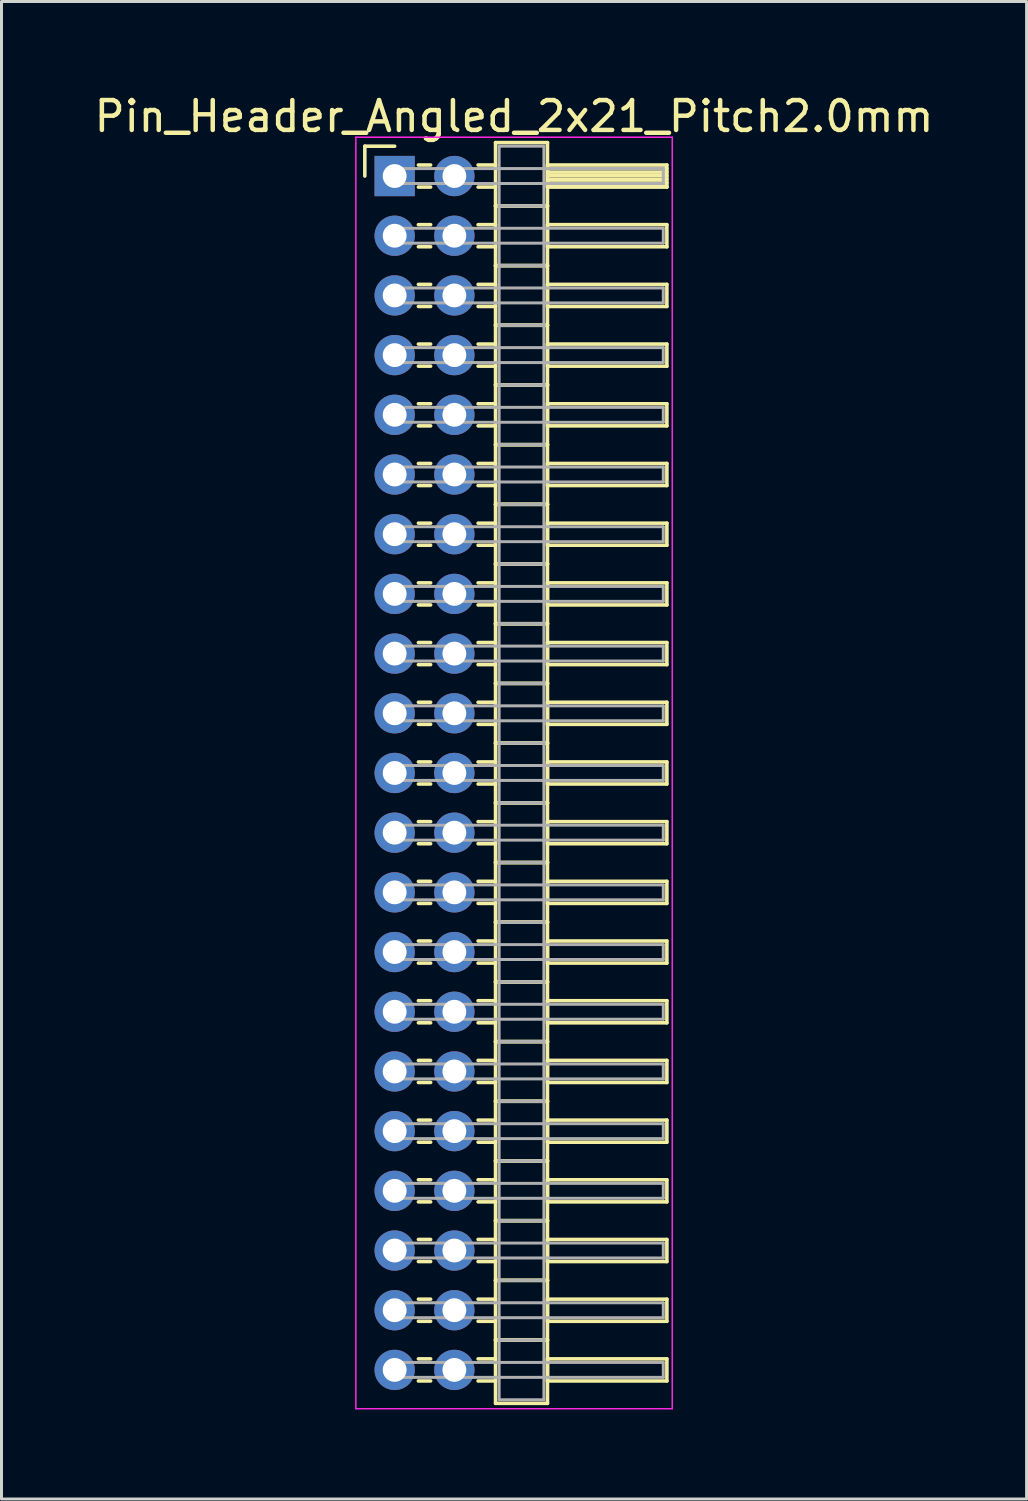
<source format=kicad_pcb>
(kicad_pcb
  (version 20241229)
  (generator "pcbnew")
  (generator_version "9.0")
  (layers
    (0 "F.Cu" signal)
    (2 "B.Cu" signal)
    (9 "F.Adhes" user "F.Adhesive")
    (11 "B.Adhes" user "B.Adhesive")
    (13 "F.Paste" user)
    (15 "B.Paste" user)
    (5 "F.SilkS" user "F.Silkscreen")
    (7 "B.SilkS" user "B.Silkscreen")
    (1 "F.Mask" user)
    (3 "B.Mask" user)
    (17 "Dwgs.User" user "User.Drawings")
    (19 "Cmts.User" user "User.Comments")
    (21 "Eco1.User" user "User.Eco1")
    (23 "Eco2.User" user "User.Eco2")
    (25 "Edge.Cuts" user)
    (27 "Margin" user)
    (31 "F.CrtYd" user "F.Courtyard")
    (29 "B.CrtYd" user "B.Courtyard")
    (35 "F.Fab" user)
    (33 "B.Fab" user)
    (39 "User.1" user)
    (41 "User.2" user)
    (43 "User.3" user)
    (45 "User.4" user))
  (footprint "Pin_Header_Angled_2x21_Pitch2.0mm"
    (layer "F.Cu")
    (at 10.173 2.848)
    (property "Reference" "Pin_Header_Angled_2x21_Pitch2.0mm" (at 4 -2 0) (layer "F.SilkS") (effects (font (size 1 1) (thickness 0.15))))
    (attr through_hole)
    (fp_line (start -1 -1) (end 0 -1) (stroke (width 0.12) (type solid)) (layer "F.SilkS"))
    (fp_line (start -1 0) (end -1 -1) (stroke (width 0.12) (type solid)) (layer "F.SilkS"))
    (fp_line (start 0.795 -0.37) (end 1.205 -0.37) (stroke (width 0.12) (type solid)) (layer "F.SilkS"))
    (fp_line (start 0.795 0.37) (end 1.205 0.37) (stroke (width 0.12) (type solid)) (layer "F.SilkS"))
    (fp_line (start 0.795 1.63) (end 1.205 1.63) (stroke (width 0.12) (type solid)) (layer "F.SilkS"))
    (fp_line (start 0.795 2.37) (end 1.205 2.37) (stroke (width 0.12) (type solid)) (layer "F.SilkS"))
    (fp_line (start 0.795 3.63) (end 1.205 3.63) (stroke (width 0.12) (type solid)) (layer "F.SilkS"))
    (fp_line (start 0.795 4.37) (end 1.205 4.37) (stroke (width 0.12) (type solid)) (layer "F.SilkS"))
    (fp_line (start 0.795 5.63) (end 1.205 5.63) (stroke (width 0.12) (type solid)) (layer "F.SilkS"))
    (fp_line (start 0.795 6.37) (end 1.205 6.37) (stroke (width 0.12) (type solid)) (layer "F.SilkS"))
    (fp_line (start 0.795 7.63) (end 1.205 7.63) (stroke (width 0.12) (type solid)) (layer "F.SilkS"))
    (fp_line (start 0.795 8.37) (end 1.205 8.37) (stroke (width 0.12) (type solid)) (layer "F.SilkS"))
    (fp_line (start 0.795 9.63) (end 1.205 9.63) (stroke (width 0.12) (type solid)) (layer "F.SilkS"))
    (fp_line (start 0.795 10.37) (end 1.205 10.37) (stroke (width 0.12) (type solid)) (layer "F.SilkS"))
    (fp_line (start 0.795 11.63) (end 1.205 11.63) (stroke (width 0.12) (type solid)) (layer "F.SilkS"))
    (fp_line (start 0.795 12.37) (end 1.205 12.37) (stroke (width 0.12) (type solid)) (layer "F.SilkS"))
    (fp_line (start 0.795 13.63) (end 1.205 13.63) (stroke (width 0.12) (type solid)) (layer "F.SilkS"))
    (fp_line (start 0.795 14.37) (end 1.205 14.37) (stroke (width 0.12) (type solid)) (layer "F.SilkS"))
    (fp_line (start 0.795 15.63) (end 1.205 15.63) (stroke (width 0.12) (type solid)) (layer "F.SilkS"))
    (fp_line (start 0.795 16.37) (end 1.205 16.37) (stroke (width 0.12) (type solid)) (layer "F.SilkS"))
    (fp_line (start 0.795 17.63) (end 1.205 17.63) (stroke (width 0.12) (type solid)) (layer "F.SilkS"))
    (fp_line (start 0.795 18.37) (end 1.205 18.37) (stroke (width 0.12) (type solid)) (layer "F.SilkS"))
    (fp_line (start 0.795 19.63) (end 1.205 19.63) (stroke (width 0.12) (type solid)) (layer "F.SilkS"))
    (fp_line (start 0.795 20.37) (end 1.205 20.37) (stroke (width 0.12) (type solid)) (layer "F.SilkS"))
    (fp_line (start 0.795 21.63) (end 1.205 21.63) (stroke (width 0.12) (type solid)) (layer "F.SilkS"))
    (fp_line (start 0.795 22.37) (end 1.205 22.37) (stroke (width 0.12) (type solid)) (layer "F.SilkS"))
    (fp_line (start 0.795 23.63) (end 1.205 23.63) (stroke (width 0.12) (type solid)) (layer "F.SilkS"))
    (fp_line (start 0.795 24.37) (end 1.205 24.37) (stroke (width 0.12) (type solid)) (layer "F.SilkS"))
    (fp_line (start 0.795 25.63) (end 1.205 25.63) (stroke (width 0.12) (type solid)) (layer "F.SilkS"))
    (fp_line (start 0.795 26.37) (end 1.205 26.37) (stroke (width 0.12) (type solid)) (layer "F.SilkS"))
    (fp_line (start 0.795 27.63) (end 1.205 27.63) (stroke (width 0.12) (type solid)) (layer "F.SilkS"))
    (fp_line (start 0.795 28.37) (end 1.205 28.37) (stroke (width 0.12) (type solid)) (layer "F.SilkS"))
    (fp_line (start 0.795 29.63) (end 1.205 29.63) (stroke (width 0.12) (type solid)) (layer "F.SilkS"))
    (fp_line (start 0.795 30.37) (end 1.205 30.37) (stroke (width 0.12) (type solid)) (layer "F.SilkS"))
    (fp_line (start 0.795 31.63) (end 1.205 31.63) (stroke (width 0.12) (type solid)) (layer "F.SilkS"))
    (fp_line (start 0.795 32.37) (end 1.205 32.37) (stroke (width 0.12) (type solid)) (layer "F.SilkS"))
    (fp_line (start 0.795 33.63) (end 1.205 33.63) (stroke (width 0.12) (type solid)) (layer "F.SilkS"))
    (fp_line (start 0.795 34.37) (end 1.205 34.37) (stroke (width 0.12) (type solid)) (layer "F.SilkS"))
    (fp_line (start 0.795 35.63) (end 1.205 35.63) (stroke (width 0.12) (type solid)) (layer "F.SilkS"))
    (fp_line (start 0.795 36.37) (end 1.205 36.37) (stroke (width 0.12) (type solid)) (layer "F.SilkS"))
    (fp_line (start 0.795 37.63) (end 1.205 37.63) (stroke (width 0.12) (type solid)) (layer "F.SilkS"))
    (fp_line (start 0.795 38.37) (end 1.205 38.37) (stroke (width 0.12) (type solid)) (layer "F.SilkS"))
    (fp_line (start 0.795 39.63) (end 1.205 39.63) (stroke (width 0.12) (type solid)) (layer "F.SilkS"))
    (fp_line (start 0.795 40.37) (end 1.205 40.37) (stroke (width 0.12) (type solid)) (layer "F.SilkS"))
    (fp_line (start 2.795 -0.37) (end 3.38 -0.37) (stroke (width 0.12) (type solid)) (layer "F.SilkS"))
    (fp_line (start 2.795 0.37) (end 3.38 0.37) (stroke (width 0.12) (type solid)) (layer "F.SilkS"))
    (fp_line (start 2.795 1.63) (end 3.38 1.63) (stroke (width 0.12) (type solid)) (layer "F.SilkS"))
    (fp_line (start 2.795 2.37) (end 3.38 2.37) (stroke (width 0.12) (type solid)) (layer "F.SilkS"))
    (fp_line (start 2.795 3.63) (end 3.38 3.63) (stroke (width 0.12) (type solid)) (layer "F.SilkS"))
    (fp_line (start 2.795 4.37) (end 3.38 4.37) (stroke (width 0.12) (type solid)) (layer "F.SilkS"))
    (fp_line (start 2.795 5.63) (end 3.38 5.63) (stroke (width 0.12) (type solid)) (layer "F.SilkS"))
    (fp_line (start 2.795 6.37) (end 3.38 6.37) (stroke (width 0.12) (type solid)) (layer "F.SilkS"))
    (fp_line (start 2.795 7.63) (end 3.38 7.63) (stroke (width 0.12) (type solid)) (layer "F.SilkS"))
    (fp_line (start 2.795 8.37) (end 3.38 8.37) (stroke (width 0.12) (type solid)) (layer "F.SilkS"))
    (fp_line (start 2.795 9.63) (end 3.38 9.63) (stroke (width 0.12) (type solid)) (layer "F.SilkS"))
    (fp_line (start 2.795 10.37) (end 3.38 10.37) (stroke (width 0.12) (type solid)) (layer "F.SilkS"))
    (fp_line (start 2.795 11.63) (end 3.38 11.63) (stroke (width 0.12) (type solid)) (layer "F.SilkS"))
    (fp_line (start 2.795 12.37) (end 3.38 12.37) (stroke (width 0.12) (type solid)) (layer "F.SilkS"))
    (fp_line (start 2.795 13.63) (end 3.38 13.63) (stroke (width 0.12) (type solid)) (layer "F.SilkS"))
    (fp_line (start 2.795 14.37) (end 3.38 14.37) (stroke (width 0.12) (type solid)) (layer "F.SilkS"))
    (fp_line (start 2.795 15.63) (end 3.38 15.63) (stroke (width 0.12) (type solid)) (layer "F.SilkS"))
    (fp_line (start 2.795 16.37) (end 3.38 16.37) (stroke (width 0.12) (type solid)) (layer "F.SilkS"))
    (fp_line (start 2.795 17.63) (end 3.38 17.63) (stroke (width 0.12) (type solid)) (layer "F.SilkS"))
    (fp_line (start 2.795 18.37) (end 3.38 18.37) (stroke (width 0.12) (type solid)) (layer "F.SilkS"))
    (fp_line (start 2.795 19.63) (end 3.38 19.63) (stroke (width 0.12) (type solid)) (layer "F.SilkS"))
    (fp_line (start 2.795 20.37) (end 3.38 20.37) (stroke (width 0.12) (type solid)) (layer "F.SilkS"))
    (fp_line (start 2.795 21.63) (end 3.38 21.63) (stroke (width 0.12) (type solid)) (layer "F.SilkS"))
    (fp_line (start 2.795 22.37) (end 3.38 22.37) (stroke (width 0.12) (type solid)) (layer "F.SilkS"))
    (fp_line (start 2.795 23.63) (end 3.38 23.63) (stroke (width 0.12) (type solid)) (layer "F.SilkS"))
    (fp_line (start 2.795 24.37) (end 3.38 24.37) (stroke (width 0.12) (type solid)) (layer "F.SilkS"))
    (fp_line (start 2.795 25.63) (end 3.38 25.63) (stroke (width 0.12) (type solid)) (layer "F.SilkS"))
    (fp_line (start 2.795 26.37) (end 3.38 26.37) (stroke (width 0.12) (type solid)) (layer "F.SilkS"))
    (fp_line (start 2.795 27.63) (end 3.38 27.63) (stroke (width 0.12) (type solid)) (layer "F.SilkS"))
    (fp_line (start 2.795 28.37) (end 3.38 28.37) (stroke (width 0.12) (type solid)) (layer "F.SilkS"))
    (fp_line (start 2.795 29.63) (end 3.38 29.63) (stroke (width 0.12) (type solid)) (layer "F.SilkS"))
    (fp_line (start 2.795 30.37) (end 3.38 30.37) (stroke (width 0.12) (type solid)) (layer "F.SilkS"))
    (fp_line (start 2.795 31.63) (end 3.38 31.63) (stroke (width 0.12) (type solid)) (layer "F.SilkS"))
    (fp_line (start 2.795 32.37) (end 3.38 32.37) (stroke (width 0.12) (type solid)) (layer "F.SilkS"))
    (fp_line (start 2.795 33.63) (end 3.38 33.63) (stroke (width 0.12) (type solid)) (layer "F.SilkS"))
    (fp_line (start 2.795 34.37) (end 3.38 34.37) (stroke (width 0.12) (type solid)) (layer "F.SilkS"))
    (fp_line (start 2.795 35.63) (end 3.38 35.63) (stroke (width 0.12) (type solid)) (layer "F.SilkS"))
    (fp_line (start 2.795 36.37) (end 3.38 36.37) (stroke (width 0.12) (type solid)) (layer "F.SilkS"))
    (fp_line (start 2.795 37.63) (end 3.38 37.63) (stroke (width 0.12) (type solid)) (layer "F.SilkS"))
    (fp_line (start 2.795 38.37) (end 3.38 38.37) (stroke (width 0.12) (type solid)) (layer "F.SilkS"))
    (fp_line (start 2.795 39.63) (end 3.38 39.63) (stroke (width 0.12) (type solid)) (layer "F.SilkS"))
    (fp_line (start 2.795 40.37) (end 3.38 40.37) (stroke (width 0.12) (type solid)) (layer "F.SilkS"))
    (fp_line (start 3.38 -1.12) (end 3.38 1) (stroke (width 0.12) (type solid)) (layer "F.SilkS"))
    (fp_line (start 3.38 1) (end 3.38 3) (stroke (width 0.12) (type solid)) (layer "F.SilkS"))
    (fp_line (start 3.38 1) (end 5.12 1) (stroke (width 0.12) (type solid)) (layer "F.SilkS"))
    (fp_line (start 3.38 3) (end 3.38 5) (stroke (width 0.12) (type solid)) (layer "F.SilkS"))
    (fp_line (start 3.38 3) (end 5.12 3) (stroke (width 0.12) (type solid)) (layer "F.SilkS"))
    (fp_line (start 3.38 5) (end 3.38 7) (stroke (width 0.12) (type solid)) (layer "F.SilkS"))
    (fp_line (start 3.38 5) (end 5.12 5) (stroke (width 0.12) (type solid)) (layer "F.SilkS"))
    (fp_line (start 3.38 7) (end 3.38 9) (stroke (width 0.12) (type solid)) (layer "F.SilkS"))
    (fp_line (start 3.38 7) (end 5.12 7) (stroke (width 0.12) (type solid)) (layer "F.SilkS"))
    (fp_line (start 3.38 9) (end 3.38 11) (stroke (width 0.12) (type solid)) (layer "F.SilkS"))
    (fp_line (start 3.38 9) (end 5.12 9) (stroke (width 0.12) (type solid)) (layer "F.SilkS"))
    (fp_line (start 3.38 11) (end 3.38 13) (stroke (width 0.12) (type solid)) (layer "F.SilkS"))
    (fp_line (start 3.38 11) (end 5.12 11) (stroke (width 0.12) (type solid)) (layer "F.SilkS"))
    (fp_line (start 3.38 13) (end 3.38 15) (stroke (width 0.12) (type solid)) (layer "F.SilkS"))
    (fp_line (start 3.38 13) (end 5.12 13) (stroke (width 0.12) (type solid)) (layer "F.SilkS"))
    (fp_line (start 3.38 15) (end 3.38 17) (stroke (width 0.12) (type solid)) (layer "F.SilkS"))
    (fp_line (start 3.38 15) (end 5.12 15) (stroke (width 0.12) (type solid)) (layer "F.SilkS"))
    (fp_line (start 3.38 17) (end 3.38 19) (stroke (width 0.12) (type solid)) (layer "F.SilkS"))
    (fp_line (start 3.38 17) (end 5.12 17) (stroke (width 0.12) (type solid)) (layer "F.SilkS"))
    (fp_line (start 3.38 19) (end 3.38 21) (stroke (width 0.12) (type solid)) (layer "F.SilkS"))
    (fp_line (start 3.38 19) (end 5.12 19) (stroke (width 0.12) (type solid)) (layer "F.SilkS"))
    (fp_line (start 3.38 21) (end 3.38 23) (stroke (width 0.12) (type solid)) (layer "F.SilkS"))
    (fp_line (start 3.38 21) (end 5.12 21) (stroke (width 0.12) (type solid)) (layer "F.SilkS"))
    (fp_line (start 3.38 23) (end 3.38 25) (stroke (width 0.12) (type solid)) (layer "F.SilkS"))
    (fp_line (start 3.38 23) (end 5.12 23) (stroke (width 0.12) (type solid)) (layer "F.SilkS"))
    (fp_line (start 3.38 25) (end 3.38 27) (stroke (width 0.12) (type solid)) (layer "F.SilkS"))
    (fp_line (start 3.38 25) (end 5.12 25) (stroke (width 0.12) (type solid)) (layer "F.SilkS"))
    (fp_line (start 3.38 27) (end 3.38 29) (stroke (width 0.12) (type solid)) (layer "F.SilkS"))
    (fp_line (start 3.38 27) (end 5.12 27) (stroke (width 0.12) (type solid)) (layer "F.SilkS"))
    (fp_line (start 3.38 29) (end 3.38 31) (stroke (width 0.12) (type solid)) (layer "F.SilkS"))
    (fp_line (start 3.38 29) (end 5.12 29) (stroke (width 0.12) (type solid)) (layer "F.SilkS"))
    (fp_line (start 3.38 31) (end 3.38 33) (stroke (width 0.12) (type solid)) (layer "F.SilkS"))
    (fp_line (start 3.38 31) (end 5.12 31) (stroke (width 0.12) (type solid)) (layer "F.SilkS"))
    (fp_line (start 3.38 33) (end 3.38 35) (stroke (width 0.12) (type solid)) (layer "F.SilkS"))
    (fp_line (start 3.38 33) (end 5.12 33) (stroke (width 0.12) (type solid)) (layer "F.SilkS"))
    (fp_line (start 3.38 35) (end 3.38 37) (stroke (width 0.12) (type solid)) (layer "F.SilkS"))
    (fp_line (start 3.38 35) (end 5.12 35) (stroke (width 0.12) (type solid)) (layer "F.SilkS"))
    (fp_line (start 3.38 37) (end 3.38 39) (stroke (width 0.12) (type solid)) (layer "F.SilkS"))
    (fp_line (start 3.38 37) (end 5.12 37) (stroke (width 0.12) (type solid)) (layer "F.SilkS"))
    (fp_line (start 3.38 39) (end 3.38 41.12) (stroke (width 0.12) (type solid)) (layer "F.SilkS"))
    (fp_line (start 3.38 39) (end 5.12 39) (stroke (width 0.12) (type solid)) (layer "F.SilkS"))
    (fp_line (start 3.38 41.12) (end 5.12 41.12) (stroke (width 0.12) (type solid)) (layer "F.SilkS"))
    (fp_line (start 5.12 -1.12) (end 3.38 -1.12) (stroke (width 0.12) (type solid)) (layer "F.SilkS"))
    (fp_line (start 5.12 -0.37) (end 5.12 0.37) (stroke (width 0.12) (type solid)) (layer "F.SilkS"))
    (fp_line (start 5.12 -0.25) (end 9.12 -0.25) (stroke (width 0.12) (type solid)) (layer "F.SilkS"))
    (fp_line (start 5.12 -0.13) (end 9.12 -0.13) (stroke (width 0.12) (type solid)) (layer "F.SilkS"))
    (fp_line (start 5.12 -0.01) (end 9.12 -0.01) (stroke (width 0.12) (type solid)) (layer "F.SilkS"))
    (fp_line (start 5.12 0.11) (end 9.12 0.11) (stroke (width 0.12) (type solid)) (layer "F.SilkS"))
    (fp_line (start 5.12 0.23) (end 9.12 0.23) (stroke (width 0.12) (type solid)) (layer "F.SilkS"))
    (fp_line (start 5.12 0.35) (end 9.12 0.35) (stroke (width 0.12) (type solid)) (layer "F.SilkS"))
    (fp_line (start 5.12 0.37) (end 9.12 0.37) (stroke (width 0.12) (type solid)) (layer "F.SilkS"))
    (fp_line (start 5.12 1) (end 3.38 1) (stroke (width 0.12) (type solid)) (layer "F.SilkS"))
    (fp_line (start 5.12 1) (end 5.12 -1.12) (stroke (width 0.12) (type solid)) (layer "F.SilkS"))
    (fp_line (start 5.12 1.63) (end 5.12 2.37) (stroke (width 0.12) (type solid)) (layer "F.SilkS"))
    (fp_line (start 5.12 2.37) (end 9.12 2.37) (stroke (width 0.12) (type solid)) (layer "F.SilkS"))
    (fp_line (start 5.12 3) (end 3.38 3) (stroke (width 0.12) (type solid)) (layer "F.SilkS"))
    (fp_line (start 5.12 3) (end 5.12 1) (stroke (width 0.12) (type solid)) (layer "F.SilkS"))
    (fp_line (start 5.12 3.63) (end 5.12 4.37) (stroke (width 0.12) (type solid)) (layer "F.SilkS"))
    (fp_line (start 5.12 4.37) (end 9.12 4.37) (stroke (width 0.12) (type solid)) (layer "F.SilkS"))
    (fp_line (start 5.12 5) (end 3.38 5) (stroke (width 0.12) (type solid)) (layer "F.SilkS"))
    (fp_line (start 5.12 5) (end 5.12 3) (stroke (width 0.12) (type solid)) (layer "F.SilkS"))
    (fp_line (start 5.12 5.63) (end 5.12 6.37) (stroke (width 0.12) (type solid)) (layer "F.SilkS"))
    (fp_line (start 5.12 6.37) (end 9.12 6.37) (stroke (width 0.12) (type solid)) (layer "F.SilkS"))
    (fp_line (start 5.12 7) (end 3.38 7) (stroke (width 0.12) (type solid)) (layer "F.SilkS"))
    (fp_line (start 5.12 7) (end 5.12 5) (stroke (width 0.12) (type solid)) (layer "F.SilkS"))
    (fp_line (start 5.12 7.63) (end 5.12 8.37) (stroke (width 0.12) (type solid)) (layer "F.SilkS"))
    (fp_line (start 5.12 8.37) (end 9.12 8.37) (stroke (width 0.12) (type solid)) (layer "F.SilkS"))
    (fp_line (start 5.12 9) (end 3.38 9) (stroke (width 0.12) (type solid)) (layer "F.SilkS"))
    (fp_line (start 5.12 9) (end 5.12 7) (stroke (width 0.12) (type solid)) (layer "F.SilkS"))
    (fp_line (start 5.12 9.63) (end 5.12 10.37) (stroke (width 0.12) (type solid)) (layer "F.SilkS"))
    (fp_line (start 5.12 10.37) (end 9.12 10.37) (stroke (width 0.12) (type solid)) (layer "F.SilkS"))
    (fp_line (start 5.12 11) (end 3.38 11) (stroke (width 0.12) (type solid)) (layer "F.SilkS"))
    (fp_line (start 5.12 11) (end 5.12 9) (stroke (width 0.12) (type solid)) (layer "F.SilkS"))
    (fp_line (start 5.12 11.63) (end 5.12 12.37) (stroke (width 0.12) (type solid)) (layer "F.SilkS"))
    (fp_line (start 5.12 12.37) (end 9.12 12.37) (stroke (width 0.12) (type solid)) (layer "F.SilkS"))
    (fp_line (start 5.12 13) (end 3.38 13) (stroke (width 0.12) (type solid)) (layer "F.SilkS"))
    (fp_line (start 5.12 13) (end 5.12 11) (stroke (width 0.12) (type solid)) (layer "F.SilkS"))
    (fp_line (start 5.12 13.63) (end 5.12 14.37) (stroke (width 0.12) (type solid)) (layer "F.SilkS"))
    (fp_line (start 5.12 14.37) (end 9.12 14.37) (stroke (width 0.12) (type solid)) (layer "F.SilkS"))
    (fp_line (start 5.12 15) (end 3.38 15) (stroke (width 0.12) (type solid)) (layer "F.SilkS"))
    (fp_line (start 5.12 15) (end 5.12 13) (stroke (width 0.12) (type solid)) (layer "F.SilkS"))
    (fp_line (start 5.12 15.63) (end 5.12 16.37) (stroke (width 0.12) (type solid)) (layer "F.SilkS"))
    (fp_line (start 5.12 16.37) (end 9.12 16.37) (stroke (width 0.12) (type solid)) (layer "F.SilkS"))
    (fp_line (start 5.12 17) (end 3.38 17) (stroke (width 0.12) (type solid)) (layer "F.SilkS"))
    (fp_line (start 5.12 17) (end 5.12 15) (stroke (width 0.12) (type solid)) (layer "F.SilkS"))
    (fp_line (start 5.12 17.63) (end 5.12 18.37) (stroke (width 0.12) (type solid)) (layer "F.SilkS"))
    (fp_line (start 5.12 18.37) (end 9.12 18.37) (stroke (width 0.12) (type solid)) (layer "F.SilkS"))
    (fp_line (start 5.12 19) (end 3.38 19) (stroke (width 0.12) (type solid)) (layer "F.SilkS"))
    (fp_line (start 5.12 19) (end 5.12 17) (stroke (width 0.12) (type solid)) (layer "F.SilkS"))
    (fp_line (start 5.12 19.63) (end 5.12 20.37) (stroke (width 0.12) (type solid)) (layer "F.SilkS"))
    (fp_line (start 5.12 20.37) (end 9.12 20.37) (stroke (width 0.12) (type solid)) (layer "F.SilkS"))
    (fp_line (start 5.12 21) (end 3.38 21) (stroke (width 0.12) (type solid)) (layer "F.SilkS"))
    (fp_line (start 5.12 21) (end 5.12 19) (stroke (width 0.12) (type solid)) (layer "F.SilkS"))
    (fp_line (start 5.12 21.63) (end 5.12 22.37) (stroke (width 0.12) (type solid)) (layer "F.SilkS"))
    (fp_line (start 5.12 22.37) (end 9.12 22.37) (stroke (width 0.12) (type solid)) (layer "F.SilkS"))
    (fp_line (start 5.12 23) (end 3.38 23) (stroke (width 0.12) (type solid)) (layer "F.SilkS"))
    (fp_line (start 5.12 23) (end 5.12 21) (stroke (width 0.12) (type solid)) (layer "F.SilkS"))
    (fp_line (start 5.12 23.63) (end 5.12 24.37) (stroke (width 0.12) (type solid)) (layer "F.SilkS"))
    (fp_line (start 5.12 24.37) (end 9.12 24.37) (stroke (width 0.12) (type solid)) (layer "F.SilkS"))
    (fp_line (start 5.12 25) (end 3.38 25) (stroke (width 0.12) (type solid)) (layer "F.SilkS"))
    (fp_line (start 5.12 25) (end 5.12 23) (stroke (width 0.12) (type solid)) (layer "F.SilkS"))
    (fp_line (start 5.12 25.63) (end 5.12 26.37) (stroke (width 0.12) (type solid)) (layer "F.SilkS"))
    (fp_line (start 5.12 26.37) (end 9.12 26.37) (stroke (width 0.12) (type solid)) (layer "F.SilkS"))
    (fp_line (start 5.12 27) (end 3.38 27) (stroke (width 0.12) (type solid)) (layer "F.SilkS"))
    (fp_line (start 5.12 27) (end 5.12 25) (stroke (width 0.12) (type solid)) (layer "F.SilkS"))
    (fp_line (start 5.12 27.63) (end 5.12 28.37) (stroke (width 0.12) (type solid)) (layer "F.SilkS"))
    (fp_line (start 5.12 28.37) (end 9.12 28.37) (stroke (width 0.12) (type solid)) (layer "F.SilkS"))
    (fp_line (start 5.12 29) (end 3.38 29) (stroke (width 0.12) (type solid)) (layer "F.SilkS"))
    (fp_line (start 5.12 29) (end 5.12 27) (stroke (width 0.12) (type solid)) (layer "F.SilkS"))
    (fp_line (start 5.12 29.63) (end 5.12 30.37) (stroke (width 0.12) (type solid)) (layer "F.SilkS"))
    (fp_line (start 5.12 30.37) (end 9.12 30.37) (stroke (width 0.12) (type solid)) (layer "F.SilkS"))
    (fp_line (start 5.12 31) (end 3.38 31) (stroke (width 0.12) (type solid)) (layer "F.SilkS"))
    (fp_line (start 5.12 31) (end 5.12 29) (stroke (width 0.12) (type solid)) (layer "F.SilkS"))
    (fp_line (start 5.12 31.63) (end 5.12 32.37) (stroke (width 0.12) (type solid)) (layer "F.SilkS"))
    (fp_line (start 5.12 32.37) (end 9.12 32.37) (stroke (width 0.12) (type solid)) (layer "F.SilkS"))
    (fp_line (start 5.12 33) (end 3.38 33) (stroke (width 0.12) (type solid)) (layer "F.SilkS"))
    (fp_line (start 5.12 33) (end 5.12 31) (stroke (width 0.12) (type solid)) (layer "F.SilkS"))
    (fp_line (start 5.12 33.63) (end 5.12 34.37) (stroke (width 0.12) (type solid)) (layer "F.SilkS"))
    (fp_line (start 5.12 34.37) (end 9.12 34.37) (stroke (width 0.12) (type solid)) (layer "F.SilkS"))
    (fp_line (start 5.12 35) (end 3.38 35) (stroke (width 0.12) (type solid)) (layer "F.SilkS"))
    (fp_line (start 5.12 35) (end 5.12 33) (stroke (width 0.12) (type solid)) (layer "F.SilkS"))
    (fp_line (start 5.12 35.63) (end 5.12 36.37) (stroke (width 0.12) (type solid)) (layer "F.SilkS"))
    (fp_line (start 5.12 36.37) (end 9.12 36.37) (stroke (width 0.12) (type solid)) (layer "F.SilkS"))
    (fp_line (start 5.12 37) (end 3.38 37) (stroke (width 0.12) (type solid)) (layer "F.SilkS"))
    (fp_line (start 5.12 37) (end 5.12 35) (stroke (width 0.12) (type solid)) (layer "F.SilkS"))
    (fp_line (start 5.12 37.63) (end 5.12 38.37) (stroke (width 0.12) (type solid)) (layer "F.SilkS"))
    (fp_line (start 5.12 38.37) (end 9.12 38.37) (stroke (width 0.12) (type solid)) (layer "F.SilkS"))
    (fp_line (start 5.12 39) (end 3.38 39) (stroke (width 0.12) (type solid)) (layer "F.SilkS"))
    (fp_line (start 5.12 39) (end 5.12 37) (stroke (width 0.12) (type solid)) (layer "F.SilkS"))
    (fp_line (start 5.12 39.63) (end 5.12 40.37) (stroke (width 0.12) (type solid)) (layer "F.SilkS"))
    (fp_line (start 5.12 40.37) (end 9.12 40.37) (stroke (width 0.12) (type solid)) (layer "F.SilkS"))
    (fp_line (start 5.12 41.12) (end 5.12 39) (stroke (width 0.12) (type solid)) (layer "F.SilkS"))
    (fp_line (start 9.12 -0.37) (end 5.12 -0.37) (stroke (width 0.12) (type solid)) (layer "F.SilkS"))
    (fp_line (start 9.12 0.37) (end 9.12 -0.37) (stroke (width 0.12) (type solid)) (layer "F.SilkS"))
    (fp_line (start 9.12 1.63) (end 5.12 1.63) (stroke (width 0.12) (type solid)) (layer "F.SilkS"))
    (fp_line (start 9.12 2.37) (end 9.12 1.63) (stroke (width 0.12) (type solid)) (layer "F.SilkS"))
    (fp_line (start 9.12 3.63) (end 5.12 3.63) (stroke (width 0.12) (type solid)) (layer "F.SilkS"))
    (fp_line (start 9.12 4.37) (end 9.12 3.63) (stroke (width 0.12) (type solid)) (layer "F.SilkS"))
    (fp_line (start 9.12 5.63) (end 5.12 5.63) (stroke (width 0.12) (type solid)) (layer "F.SilkS"))
    (fp_line (start 9.12 6.37) (end 9.12 5.63) (stroke (width 0.12) (type solid)) (layer "F.SilkS"))
    (fp_line (start 9.12 7.63) (end 5.12 7.63) (stroke (width 0.12) (type solid)) (layer "F.SilkS"))
    (fp_line (start 9.12 8.37) (end 9.12 7.63) (stroke (width 0.12) (type solid)) (layer "F.SilkS"))
    (fp_line (start 9.12 9.63) (end 5.12 9.63) (stroke (width 0.12) (type solid)) (layer "F.SilkS"))
    (fp_line (start 9.12 10.37) (end 9.12 9.63) (stroke (width 0.12) (type solid)) (layer "F.SilkS"))
    (fp_line (start 9.12 11.63) (end 5.12 11.63) (stroke (width 0.12) (type solid)) (layer "F.SilkS"))
    (fp_line (start 9.12 12.37) (end 9.12 11.63) (stroke (width 0.12) (type solid)) (layer "F.SilkS"))
    (fp_line (start 9.12 13.63) (end 5.12 13.63) (stroke (width 0.12) (type solid)) (layer "F.SilkS"))
    (fp_line (start 9.12 14.37) (end 9.12 13.63) (stroke (width 0.12) (type solid)) (layer "F.SilkS"))
    (fp_line (start 9.12 15.63) (end 5.12 15.63) (stroke (width 0.12) (type solid)) (layer "F.SilkS"))
    (fp_line (start 9.12 16.37) (end 9.12 15.63) (stroke (width 0.12) (type solid)) (layer "F.SilkS"))
    (fp_line (start 9.12 17.63) (end 5.12 17.63) (stroke (width 0.12) (type solid)) (layer "F.SilkS"))
    (fp_line (start 9.12 18.37) (end 9.12 17.63) (stroke (width 0.12) (type solid)) (layer "F.SilkS"))
    (fp_line (start 9.12 19.63) (end 5.12 19.63) (stroke (width 0.12) (type solid)) (layer "F.SilkS"))
    (fp_line (start 9.12 20.37) (end 9.12 19.63) (stroke (width 0.12) (type solid)) (layer "F.SilkS"))
    (fp_line (start 9.12 21.63) (end 5.12 21.63) (stroke (width 0.12) (type solid)) (layer "F.SilkS"))
    (fp_line (start 9.12 22.37) (end 9.12 21.63) (stroke (width 0.12) (type solid)) (layer "F.SilkS"))
    (fp_line (start 9.12 23.63) (end 5.12 23.63) (stroke (width 0.12) (type solid)) (layer "F.SilkS"))
    (fp_line (start 9.12 24.37) (end 9.12 23.63) (stroke (width 0.12) (type solid)) (layer "F.SilkS"))
    (fp_line (start 9.12 25.63) (end 5.12 25.63) (stroke (width 0.12) (type solid)) (layer "F.SilkS"))
    (fp_line (start 9.12 26.37) (end 9.12 25.63) (stroke (width 0.12) (type solid)) (layer "F.SilkS"))
    (fp_line (start 9.12 27.63) (end 5.12 27.63) (stroke (width 0.12) (type solid)) (layer "F.SilkS"))
    (fp_line (start 9.12 28.37) (end 9.12 27.63) (stroke (width 0.12) (type solid)) (layer "F.SilkS"))
    (fp_line (start 9.12 29.63) (end 5.12 29.63) (stroke (width 0.12) (type solid)) (layer "F.SilkS"))
    (fp_line (start 9.12 30.37) (end 9.12 29.63) (stroke (width 0.12) (type solid)) (layer "F.SilkS"))
    (fp_line (start 9.12 31.63) (end 5.12 31.63) (stroke (width 0.12) (type solid)) (layer "F.SilkS"))
    (fp_line (start 9.12 32.37) (end 9.12 31.63) (stroke (width 0.12) (type solid)) (layer "F.SilkS"))
    (fp_line (start 9.12 33.63) (end 5.12 33.63) (stroke (width 0.12) (type solid)) (layer "F.SilkS"))
    (fp_line (start 9.12 34.37) (end 9.12 33.63) (stroke (width 0.12) (type solid)) (layer "F.SilkS"))
    (fp_line (start 9.12 35.63) (end 5.12 35.63) (stroke (width 0.12) (type solid)) (layer "F.SilkS"))
    (fp_line (start 9.12 36.37) (end 9.12 35.63) (stroke (width 0.12) (type solid)) (layer "F.SilkS"))
    (fp_line (start 9.12 37.63) (end 5.12 37.63) (stroke (width 0.12) (type solid)) (layer "F.SilkS"))
    (fp_line (start 9.12 38.37) (end 9.12 37.63) (stroke (width 0.12) (type solid)) (layer "F.SilkS"))
    (fp_line (start 9.12 39.63) (end 5.12 39.63) (stroke (width 0.12) (type solid)) (layer "F.SilkS"))
    (fp_line (start 9.12 40.37) (end 9.12 39.63) (stroke (width 0.12) (type solid)) (layer "F.SilkS"))
    (fp_line (start -1.3 -1.3) (end -1.3 41.3) (stroke (width 0.05) (type solid)) (layer "F.CrtYd"))
    (fp_line (start -1.3 41.3) (end 9.3 41.3) (stroke (width 0.05) (type solid)) (layer "F.CrtYd"))
    (fp_line (start 9.3 -1.3) (end -1.3 -1.3) (stroke (width 0.05) (type solid)) (layer "F.CrtYd"))
    (fp_line (start 9.3 41.3) (end 9.3 -1.3) (stroke (width 0.05) (type solid)) (layer "F.CrtYd"))
    (fp_line (start 0 -0.25) (end 0 0.25) (stroke (width 0.1) (type solid)) (layer "F.Fab"))
    (fp_line (start 0 0.25) (end 9 0.25) (stroke (width 0.1) (type solid)) (layer "F.Fab"))
    (fp_line (start 0 1.75) (end 0 2.25) (stroke (width 0.1) (type solid)) (layer "F.Fab"))
    (fp_line (start 0 2.25) (end 9 2.25) (stroke (width 0.1) (type solid)) (layer "F.Fab"))
    (fp_line (start 0 3.75) (end 0 4.25) (stroke (width 0.1) (type solid)) (layer "F.Fab"))
    (fp_line (start 0 4.25) (end 9 4.25) (stroke (width 0.1) (type solid)) (layer "F.Fab"))
    (fp_line (start 0 5.75) (end 0 6.25) (stroke (width 0.1) (type solid)) (layer "F.Fab"))
    (fp_line (start 0 6.25) (end 9 6.25) (stroke (width 0.1) (type solid)) (layer "F.Fab"))
    (fp_line (start 0 7.75) (end 0 8.25) (stroke (width 0.1) (type solid)) (layer "F.Fab"))
    (fp_line (start 0 8.25) (end 9 8.25) (stroke (width 0.1) (type solid)) (layer "F.Fab"))
    (fp_line (start 0 9.75) (end 0 10.25) (stroke (width 0.1) (type solid)) (layer "F.Fab"))
    (fp_line (start 0 10.25) (end 9 10.25) (stroke (width 0.1) (type solid)) (layer "F.Fab"))
    (fp_line (start 0 11.75) (end 0 12.25) (stroke (width 0.1) (type solid)) (layer "F.Fab"))
    (fp_line (start 0 12.25) (end 9 12.25) (stroke (width 0.1) (type solid)) (layer "F.Fab"))
    (fp_line (start 0 13.75) (end 0 14.25) (stroke (width 0.1) (type solid)) (layer "F.Fab"))
    (fp_line (start 0 14.25) (end 9 14.25) (stroke (width 0.1) (type solid)) (layer "F.Fab"))
    (fp_line (start 0 15.75) (end 0 16.25) (stroke (width 0.1) (type solid)) (layer "F.Fab"))
    (fp_line (start 0 16.25) (end 9 16.25) (stroke (width 0.1) (type solid)) (layer "F.Fab"))
    (fp_line (start 0 17.75) (end 0 18.25) (stroke (width 0.1) (type solid)) (layer "F.Fab"))
    (fp_line (start 0 18.25) (end 9 18.25) (stroke (width 0.1) (type solid)) (layer "F.Fab"))
    (fp_line (start 0 19.75) (end 0 20.25) (stroke (width 0.1) (type solid)) (layer "F.Fab"))
    (fp_line (start 0 20.25) (end 9 20.25) (stroke (width 0.1) (type solid)) (layer "F.Fab"))
    (fp_line (start 0 21.75) (end 0 22.25) (stroke (width 0.1) (type solid)) (layer "F.Fab"))
    (fp_line (start 0 22.25) (end 9 22.25) (stroke (width 0.1) (type solid)) (layer "F.Fab"))
    (fp_line (start 0 23.75) (end 0 24.25) (stroke (width 0.1) (type solid)) (layer "F.Fab"))
    (fp_line (start 0 24.25) (end 9 24.25) (stroke (width 0.1) (type solid)) (layer "F.Fab"))
    (fp_line (start 0 25.75) (end 0 26.25) (stroke (width 0.1) (type solid)) (layer "F.Fab"))
    (fp_line (start 0 26.25) (end 9 26.25) (stroke (width 0.1) (type solid)) (layer "F.Fab"))
    (fp_line (start 0 27.75) (end 0 28.25) (stroke (width 0.1) (type solid)) (layer "F.Fab"))
    (fp_line (start 0 28.25) (end 9 28.25) (stroke (width 0.1) (type solid)) (layer "F.Fab"))
    (fp_line (start 0 29.75) (end 0 30.25) (stroke (width 0.1) (type solid)) (layer "F.Fab"))
    (fp_line (start 0 30.25) (end 9 30.25) (stroke (width 0.1) (type solid)) (layer "F.Fab"))
    (fp_line (start 0 31.75) (end 0 32.25) (stroke (width 0.1) (type solid)) (layer "F.Fab"))
    (fp_line (start 0 32.25) (end 9 32.25) (stroke (width 0.1) (type solid)) (layer "F.Fab"))
    (fp_line (start 0 33.75) (end 0 34.25) (stroke (width 0.1) (type solid)) (layer "F.Fab"))
    (fp_line (start 0 34.25) (end 9 34.25) (stroke (width 0.1) (type solid)) (layer "F.Fab"))
    (fp_line (start 0 35.75) (end 0 36.25) (stroke (width 0.1) (type solid)) (layer "F.Fab"))
    (fp_line (start 0 36.25) (end 9 36.25) (stroke (width 0.1) (type solid)) (layer "F.Fab"))
    (fp_line (start 0 37.75) (end 0 38.25) (stroke (width 0.1) (type solid)) (layer "F.Fab"))
    (fp_line (start 0 38.25) (end 9 38.25) (stroke (width 0.1) (type solid)) (layer "F.Fab"))
    (fp_line (start 0 39.75) (end 0 40.25) (stroke (width 0.1) (type solid)) (layer "F.Fab"))
    (fp_line (start 0 40.25) (end 9 40.25) (stroke (width 0.1) (type solid)) (layer "F.Fab"))
    (fp_line (start 3.5 -1) (end 3.5 1) (stroke (width 0.1) (type solid)) (layer "F.Fab"))
    (fp_line (start 3.5 1) (end 3.5 3) (stroke (width 0.1) (type solid)) (layer "F.Fab"))
    (fp_line (start 3.5 1) (end 5 1) (stroke (width 0.1) (type solid)) (layer "F.Fab"))
    (fp_line (start 3.5 3) (end 3.5 5) (stroke (width 0.1) (type solid)) (layer "F.Fab"))
    (fp_line (start 3.5 3) (end 5 3) (stroke (width 0.1) (type solid)) (layer "F.Fab"))
    (fp_line (start 3.5 5) (end 3.5 7) (stroke (width 0.1) (type solid)) (layer "F.Fab"))
    (fp_line (start 3.5 5) (end 5 5) (stroke (width 0.1) (type solid)) (layer "F.Fab"))
    (fp_line (start 3.5 7) (end 3.5 9) (stroke (width 0.1) (type solid)) (layer "F.Fab"))
    (fp_line (start 3.5 7) (end 5 7) (stroke (width 0.1) (type solid)) (layer "F.Fab"))
    (fp_line (start 3.5 9) (end 3.5 11) (stroke (width 0.1) (type solid)) (layer "F.Fab"))
    (fp_line (start 3.5 9) (end 5 9) (stroke (width 0.1) (type solid)) (layer "F.Fab"))
    (fp_line (start 3.5 11) (end 3.5 13) (stroke (width 0.1) (type solid)) (layer "F.Fab"))
    (fp_line (start 3.5 11) (end 5 11) (stroke (width 0.1) (type solid)) (layer "F.Fab"))
    (fp_line (start 3.5 13) (end 3.5 15) (stroke (width 0.1) (type solid)) (layer "F.Fab"))
    (fp_line (start 3.5 13) (end 5 13) (stroke (width 0.1) (type solid)) (layer "F.Fab"))
    (fp_line (start 3.5 15) (end 3.5 17) (stroke (width 0.1) (type solid)) (layer "F.Fab"))
    (fp_line (start 3.5 15) (end 5 15) (stroke (width 0.1) (type solid)) (layer "F.Fab"))
    (fp_line (start 3.5 17) (end 3.5 19) (stroke (width 0.1) (type solid)) (layer "F.Fab"))
    (fp_line (start 3.5 17) (end 5 17) (stroke (width 0.1) (type solid)) (layer "F.Fab"))
    (fp_line (start 3.5 19) (end 3.5 21) (stroke (width 0.1) (type solid)) (layer "F.Fab"))
    (fp_line (start 3.5 19) (end 5 19) (stroke (width 0.1) (type solid)) (layer "F.Fab"))
    (fp_line (start 3.5 21) (end 3.5 23) (stroke (width 0.1) (type solid)) (layer "F.Fab"))
    (fp_line (start 3.5 21) (end 5 21) (stroke (width 0.1) (type solid)) (layer "F.Fab"))
    (fp_line (start 3.5 23) (end 3.5 25) (stroke (width 0.1) (type solid)) (layer "F.Fab"))
    (fp_line (start 3.5 23) (end 5 23) (stroke (width 0.1) (type solid)) (layer "F.Fab"))
    (fp_line (start 3.5 25) (end 3.5 27) (stroke (width 0.1) (type solid)) (layer "F.Fab"))
    (fp_line (start 3.5 25) (end 5 25) (stroke (width 0.1) (type solid)) (layer "F.Fab"))
    (fp_line (start 3.5 27) (end 3.5 29) (stroke (width 0.1) (type solid)) (layer "F.Fab"))
    (fp_line (start 3.5 27) (end 5 27) (stroke (width 0.1) (type solid)) (layer "F.Fab"))
    (fp_line (start 3.5 29) (end 3.5 31) (stroke (width 0.1) (type solid)) (layer "F.Fab"))
    (fp_line (start 3.5 29) (end 5 29) (stroke (width 0.1) (type solid)) (layer "F.Fab"))
    (fp_line (start 3.5 31) (end 3.5 33) (stroke (width 0.1) (type solid)) (layer "F.Fab"))
    (fp_line (start 3.5 31) (end 5 31) (stroke (width 0.1) (type solid)) (layer "F.Fab"))
    (fp_line (start 3.5 33) (end 3.5 35) (stroke (width 0.1) (type solid)) (layer "F.Fab"))
    (fp_line (start 3.5 33) (end 5 33) (stroke (width 0.1) (type solid)) (layer "F.Fab"))
    (fp_line (start 3.5 35) (end 3.5 37) (stroke (width 0.1) (type solid)) (layer "F.Fab"))
    (fp_line (start 3.5 35) (end 5 35) (stroke (width 0.1) (type solid)) (layer "F.Fab"))
    (fp_line (start 3.5 37) (end 3.5 39) (stroke (width 0.1) (type solid)) (layer "F.Fab"))
    (fp_line (start 3.5 37) (end 5 37) (stroke (width 0.1) (type solid)) (layer "F.Fab"))
    (fp_line (start 3.5 39) (end 3.5 41) (stroke (width 0.1) (type solid)) (layer "F.Fab"))
    (fp_line (start 3.5 39) (end 5 39) (stroke (width 0.1) (type solid)) (layer "F.Fab"))
    (fp_line (start 3.5 41) (end 5 41) (stroke (width 0.1) (type solid)) (layer "F.Fab"))
    (fp_line (start 5 -1) (end 3.5 -1) (stroke (width 0.1) (type solid)) (layer "F.Fab"))
    (fp_line (start 5 1) (end 3.5 1) (stroke (width 0.1) (type solid)) (layer "F.Fab"))
    (fp_line (start 5 1) (end 5 -1) (stroke (width 0.1) (type solid)) (layer "F.Fab"))
    (fp_line (start 5 3) (end 3.5 3) (stroke (width 0.1) (type solid)) (layer "F.Fab"))
    (fp_line (start 5 3) (end 5 1) (stroke (width 0.1) (type solid)) (layer "F.Fab"))
    (fp_line (start 5 5) (end 3.5 5) (stroke (width 0.1) (type solid)) (layer "F.Fab"))
    (fp_line (start 5 5) (end 5 3) (stroke (width 0.1) (type solid)) (layer "F.Fab"))
    (fp_line (start 5 7) (end 3.5 7) (stroke (width 0.1) (type solid)) (layer "F.Fab"))
    (fp_line (start 5 7) (end 5 5) (stroke (width 0.1) (type solid)) (layer "F.Fab"))
    (fp_line (start 5 9) (end 3.5 9) (stroke (width 0.1) (type solid)) (layer "F.Fab"))
    (fp_line (start 5 9) (end 5 7) (stroke (width 0.1) (type solid)) (layer "F.Fab"))
    (fp_line (start 5 11) (end 3.5 11) (stroke (width 0.1) (type solid)) (layer "F.Fab"))
    (fp_line (start 5 11) (end 5 9) (stroke (width 0.1) (type solid)) (layer "F.Fab"))
    (fp_line (start 5 13) (end 3.5 13) (stroke (width 0.1) (type solid)) (layer "F.Fab"))
    (fp_line (start 5 13) (end 5 11) (stroke (width 0.1) (type solid)) (layer "F.Fab"))
    (fp_line (start 5 15) (end 3.5 15) (stroke (width 0.1) (type solid)) (layer "F.Fab"))
    (fp_line (start 5 15) (end 5 13) (stroke (width 0.1) (type solid)) (layer "F.Fab"))
    (fp_line (start 5 17) (end 3.5 17) (stroke (width 0.1) (type solid)) (layer "F.Fab"))
    (fp_line (start 5 17) (end 5 15) (stroke (width 0.1) (type solid)) (layer "F.Fab"))
    (fp_line (start 5 19) (end 3.5 19) (stroke (width 0.1) (type solid)) (layer "F.Fab"))
    (fp_line (start 5 19) (end 5 17) (stroke (width 0.1) (type solid)) (layer "F.Fab"))
    (fp_line (start 5 21) (end 3.5 21) (stroke (width 0.1) (type solid)) (layer "F.Fab"))
    (fp_line (start 5 21) (end 5 19) (stroke (width 0.1) (type solid)) (layer "F.Fab"))
    (fp_line (start 5 23) (end 3.5 23) (stroke (width 0.1) (type solid)) (layer "F.Fab"))
    (fp_line (start 5 23) (end 5 21) (stroke (width 0.1) (type solid)) (layer "F.Fab"))
    (fp_line (start 5 25) (end 3.5 25) (stroke (width 0.1) (type solid)) (layer "F.Fab"))
    (fp_line (start 5 25) (end 5 23) (stroke (width 0.1) (type solid)) (layer "F.Fab"))
    (fp_line (start 5 27) (end 3.5 27) (stroke (width 0.1) (type solid)) (layer "F.Fab"))
    (fp_line (start 5 27) (end 5 25) (stroke (width 0.1) (type solid)) (layer "F.Fab"))
    (fp_line (start 5 29) (end 3.5 29) (stroke (width 0.1) (type solid)) (layer "F.Fab"))
    (fp_line (start 5 29) (end 5 27) (stroke (width 0.1) (type solid)) (layer "F.Fab"))
    (fp_line (start 5 31) (end 3.5 31) (stroke (width 0.1) (type solid)) (layer "F.Fab"))
    (fp_line (start 5 31) (end 5 29) (stroke (width 0.1) (type solid)) (layer "F.Fab"))
    (fp_line (start 5 33) (end 3.5 33) (stroke (width 0.1) (type solid)) (layer "F.Fab"))
    (fp_line (start 5 33) (end 5 31) (stroke (width 0.1) (type solid)) (layer "F.Fab"))
    (fp_line (start 5 35) (end 3.5 35) (stroke (width 0.1) (type solid)) (layer "F.Fab"))
    (fp_line (start 5 35) (end 5 33) (stroke (width 0.1) (type solid)) (layer "F.Fab"))
    (fp_line (start 5 37) (end 3.5 37) (stroke (width 0.1) (type solid)) (layer "F.Fab"))
    (fp_line (start 5 37) (end 5 35) (stroke (width 0.1) (type solid)) (layer "F.Fab"))
    (fp_line (start 5 39) (end 3.5 39) (stroke (width 0.1) (type solid)) (layer "F.Fab"))
    (fp_line (start 5 39) (end 5 37) (stroke (width 0.1) (type solid)) (layer "F.Fab"))
    (fp_line (start 5 41) (end 5 39) (stroke (width 0.1) (type solid)) (layer "F.Fab"))
    (fp_line (start 9 -0.25) (end 0 -0.25) (stroke (width 0.1) (type solid)) (layer "F.Fab"))
    (fp_line (start 9 0.25) (end 9 -0.25) (stroke (width 0.1) (type solid)) (layer "F.Fab"))
    (fp_line (start 9 1.75) (end 0 1.75) (stroke (width 0.1) (type solid)) (layer "F.Fab"))
    (fp_line (start 9 2.25) (end 9 1.75) (stroke (width 0.1) (type solid)) (layer "F.Fab"))
    (fp_line (start 9 3.75) (end 0 3.75) (stroke (width 0.1) (type solid)) (layer "F.Fab"))
    (fp_line (start 9 4.25) (end 9 3.75) (stroke (width 0.1) (type solid)) (layer "F.Fab"))
    (fp_line (start 9 5.75) (end 0 5.75) (stroke (width 0.1) (type solid)) (layer "F.Fab"))
    (fp_line (start 9 6.25) (end 9 5.75) (stroke (width 0.1) (type solid)) (layer "F.Fab"))
    (fp_line (start 9 7.75) (end 0 7.75) (stroke (width 0.1) (type solid)) (layer "F.Fab"))
    (fp_line (start 9 8.25) (end 9 7.75) (stroke (width 0.1) (type solid)) (layer "F.Fab"))
    (fp_line (start 9 9.75) (end 0 9.75) (stroke (width 0.1) (type solid)) (layer "F.Fab"))
    (fp_line (start 9 10.25) (end 9 9.75) (stroke (width 0.1) (type solid)) (layer "F.Fab"))
    (fp_line (start 9 11.75) (end 0 11.75) (stroke (width 0.1) (type solid)) (layer "F.Fab"))
    (fp_line (start 9 12.25) (end 9 11.75) (stroke (width 0.1) (type solid)) (layer "F.Fab"))
    (fp_line (start 9 13.75) (end 0 13.75) (stroke (width 0.1) (type solid)) (layer "F.Fab"))
    (fp_line (start 9 14.25) (end 9 13.75) (stroke (width 0.1) (type solid)) (layer "F.Fab"))
    (fp_line (start 9 15.75) (end 0 15.75) (stroke (width 0.1) (type solid)) (layer "F.Fab"))
    (fp_line (start 9 16.25) (end 9 15.75) (stroke (width 0.1) (type solid)) (layer "F.Fab"))
    (fp_line (start 9 17.75) (end 0 17.75) (stroke (width 0.1) (type solid)) (layer "F.Fab"))
    (fp_line (start 9 18.25) (end 9 17.75) (stroke (width 0.1) (type solid)) (layer "F.Fab"))
    (fp_line (start 9 19.75) (end 0 19.75) (stroke (width 0.1) (type solid)) (layer "F.Fab"))
    (fp_line (start 9 20.25) (end 9 19.75) (stroke (width 0.1) (type solid)) (layer "F.Fab"))
    (fp_line (start 9 21.75) (end 0 21.75) (stroke (width 0.1) (type solid)) (layer "F.Fab"))
    (fp_line (start 9 22.25) (end 9 21.75) (stroke (width 0.1) (type solid)) (layer "F.Fab"))
    (fp_line (start 9 23.75) (end 0 23.75) (stroke (width 0.1) (type solid)) (layer "F.Fab"))
    (fp_line (start 9 24.25) (end 9 23.75) (stroke (width 0.1) (type solid)) (layer "F.Fab"))
    (fp_line (start 9 25.75) (end 0 25.75) (stroke (width 0.1) (type solid)) (layer "F.Fab"))
    (fp_line (start 9 26.25) (end 9 25.75) (stroke (width 0.1) (type solid)) (layer "F.Fab"))
    (fp_line (start 9 27.75) (end 0 27.75) (stroke (width 0.1) (type solid)) (layer "F.Fab"))
    (fp_line (start 9 28.25) (end 9 27.75) (stroke (width 0.1) (type solid)) (layer "F.Fab"))
    (fp_line (start 9 29.75) (end 0 29.75) (stroke (width 0.1) (type solid)) (layer "F.Fab"))
    (fp_line (start 9 30.25) (end 9 29.75) (stroke (width 0.1) (type solid)) (layer "F.Fab"))
    (fp_line (start 9 31.75) (end 0 31.75) (stroke (width 0.1) (type solid)) (layer "F.Fab"))
    (fp_line (start 9 32.25) (end 9 31.75) (stroke (width 0.1) (type solid)) (layer "F.Fab"))
    (fp_line (start 9 33.75) (end 0 33.75) (stroke (width 0.1) (type solid)) (layer "F.Fab"))
    (fp_line (start 9 34.25) (end 9 33.75) (stroke (width 0.1) (type solid)) (layer "F.Fab"))
    (fp_line (start 9 35.75) (end 0 35.75) (stroke (width 0.1) (type solid)) (layer "F.Fab"))
    (fp_line (start 9 36.25) (end 9 35.75) (stroke (width 0.1) (type solid)) (layer "F.Fab"))
    (fp_line (start 9 37.75) (end 0 37.75) (stroke (width 0.1) (type solid)) (layer "F.Fab"))
    (fp_line (start 9 38.25) (end 9 37.75) (stroke (width 0.1) (type solid)) (layer "F.Fab"))
    (fp_line (start 9 39.75) (end 0 39.75) (stroke (width 0.1) (type solid)) (layer "F.Fab"))
    (fp_line (start 9 40.25) (end 9 39.75) (stroke (width 0.1) (type solid)) (layer "F.Fab"))
    (pad "1" thru_hole rect (at 0 0) (size 1.35 1.35) (drill 0.8) (layers "*.Cu" "*.Mask"))
    (pad "2" thru_hole oval (at 2 0) (size 1.35 1.35) (drill 0.8) (layers "*.Cu" "*.Mask"))
    (pad "3" thru_hole oval (at 0 2) (size 1.35 1.35) (drill 0.8) (layers "*.Cu" "*.Mask"))
    (pad "4" thru_hole oval (at 2 2) (size 1.35 1.35) (drill 0.8) (layers "*.Cu" "*.Mask"))
    (pad "5" thru_hole oval (at 0 4) (size 1.35 1.35) (drill 0.8) (layers "*.Cu" "*.Mask"))
    (pad "6" thru_hole oval (at 2 4) (size 1.35 1.35) (drill 0.8) (layers "*.Cu" "*.Mask"))
    (pad "7" thru_hole oval (at 0 6) (size 1.35 1.35) (drill 0.8) (layers "*.Cu" "*.Mask"))
    (pad "8" thru_hole oval (at 2 6) (size 1.35 1.35) (drill 0.8) (layers "*.Cu" "*.Mask"))
    (pad "9" thru_hole oval (at 0 8) (size 1.35 1.35) (drill 0.8) (layers "*.Cu" "*.Mask"))
    (pad "10" thru_hole oval (at 2 8) (size 1.35 1.35) (drill 0.8) (layers "*.Cu" "*.Mask"))
    (pad "11" thru_hole oval (at 0 10) (size 1.35 1.35) (drill 0.8) (layers "*.Cu" "*.Mask"))
    (pad "12" thru_hole oval (at 2 10) (size 1.35 1.35) (drill 0.8) (layers "*.Cu" "*.Mask"))
    (pad "13" thru_hole oval (at 0 12) (size 1.35 1.35) (drill 0.8) (layers "*.Cu" "*.Mask"))
    (pad "14" thru_hole oval (at 2 12) (size 1.35 1.35) (drill 0.8) (layers "*.Cu" "*.Mask"))
    (pad "15" thru_hole oval (at 0 14) (size 1.35 1.35) (drill 0.8) (layers "*.Cu" "*.Mask"))
    (pad "16" thru_hole oval (at 2 14) (size 1.35 1.35) (drill 0.8) (layers "*.Cu" "*.Mask"))
    (pad "17" thru_hole oval (at 0 16) (size 1.35 1.35) (drill 0.8) (layers "*.Cu" "*.Mask"))
    (pad "18" thru_hole oval (at 2 16) (size 1.35 1.35) (drill 0.8) (layers "*.Cu" "*.Mask"))
    (pad "19" thru_hole oval (at 0 18) (size 1.35 1.35) (drill 0.8) (layers "*.Cu" "*.Mask"))
    (pad "20" thru_hole oval (at 2 18) (size 1.35 1.35) (drill 0.8) (layers "*.Cu" "*.Mask"))
    (pad "21" thru_hole oval (at 0 20) (size 1.35 1.35) (drill 0.8) (layers "*.Cu" "*.Mask"))
    (pad "22" thru_hole oval (at 2 20) (size 1.35 1.35) (drill 0.8) (layers "*.Cu" "*.Mask"))
    (pad "23" thru_hole oval (at 0 22) (size 1.35 1.35) (drill 0.8) (layers "*.Cu" "*.Mask"))
    (pad "24" thru_hole oval (at 2 22) (size 1.35 1.35) (drill 0.8) (layers "*.Cu" "*.Mask"))
    (pad "25" thru_hole oval (at 0 24) (size 1.35 1.35) (drill 0.8) (layers "*.Cu" "*.Mask"))
    (pad "26" thru_hole oval (at 2 24) (size 1.35 1.35) (drill 0.8) (layers "*.Cu" "*.Mask"))
    (pad "27" thru_hole oval (at 0 26) (size 1.35 1.35) (drill 0.8) (layers "*.Cu" "*.Mask"))
    (pad "28" thru_hole oval (at 2 26) (size 1.35 1.35) (drill 0.8) (layers "*.Cu" "*.Mask"))
    (pad "29" thru_hole oval (at 0 28) (size 1.35 1.35) (drill 0.8) (layers "*.Cu" "*.Mask"))
    (pad "30" thru_hole oval (at 2 28) (size 1.35 1.35) (drill 0.8) (layers "*.Cu" "*.Mask"))
    (pad "31" thru_hole oval (at 0 30) (size 1.35 1.35) (drill 0.8) (layers "*.Cu" "*.Mask"))
    (pad "32" thru_hole oval (at 2 30) (size 1.35 1.35) (drill 0.8) (layers "*.Cu" "*.Mask"))
    (pad "33" thru_hole oval (at 0 32) (size 1.35 1.35) (drill 0.8) (layers "*.Cu" "*.Mask"))
    (pad "34" thru_hole oval (at 2 32) (size 1.35 1.35) (drill 0.8) (layers "*.Cu" "*.Mask"))
    (pad "35" thru_hole oval (at 0 34) (size 1.35 1.35) (drill 0.8) (layers "*.Cu" "*.Mask"))
    (pad "36" thru_hole oval (at 2 34) (size 1.35 1.35) (drill 0.8) (layers "*.Cu" "*.Mask"))
    (pad "37" thru_hole oval (at 0 36) (size 1.35 1.35) (drill 0.8) (layers "*.Cu" "*.Mask"))
    (pad "38" thru_hole oval (at 2 36) (size 1.35 1.35) (drill 0.8) (layers "*.Cu" "*.Mask"))
    (pad "39" thru_hole oval (at 0 38) (size 1.35 1.35) (drill 0.8) (layers "*.Cu" "*.Mask"))
    (pad "40" thru_hole oval (at 2 38) (size 1.35 1.35) (drill 0.8) (layers "*.Cu" "*.Mask"))
    (pad "41" thru_hole oval (at 0 40) (size 1.35 1.35) (drill 0.8) (layers "*.Cu" "*.Mask"))
    (pad "42" thru_hole oval (at 2 40) (size 1.35 1.35) (drill 0.8) (layers "*.Cu" "*.Mask")))
  (gr_rect
    (start -3 -3)
    (end 31.345 47.173)
    (stroke (width 0.1) (type default))
    (fill no)
    (layer "Edge.Cuts")))
</source>
